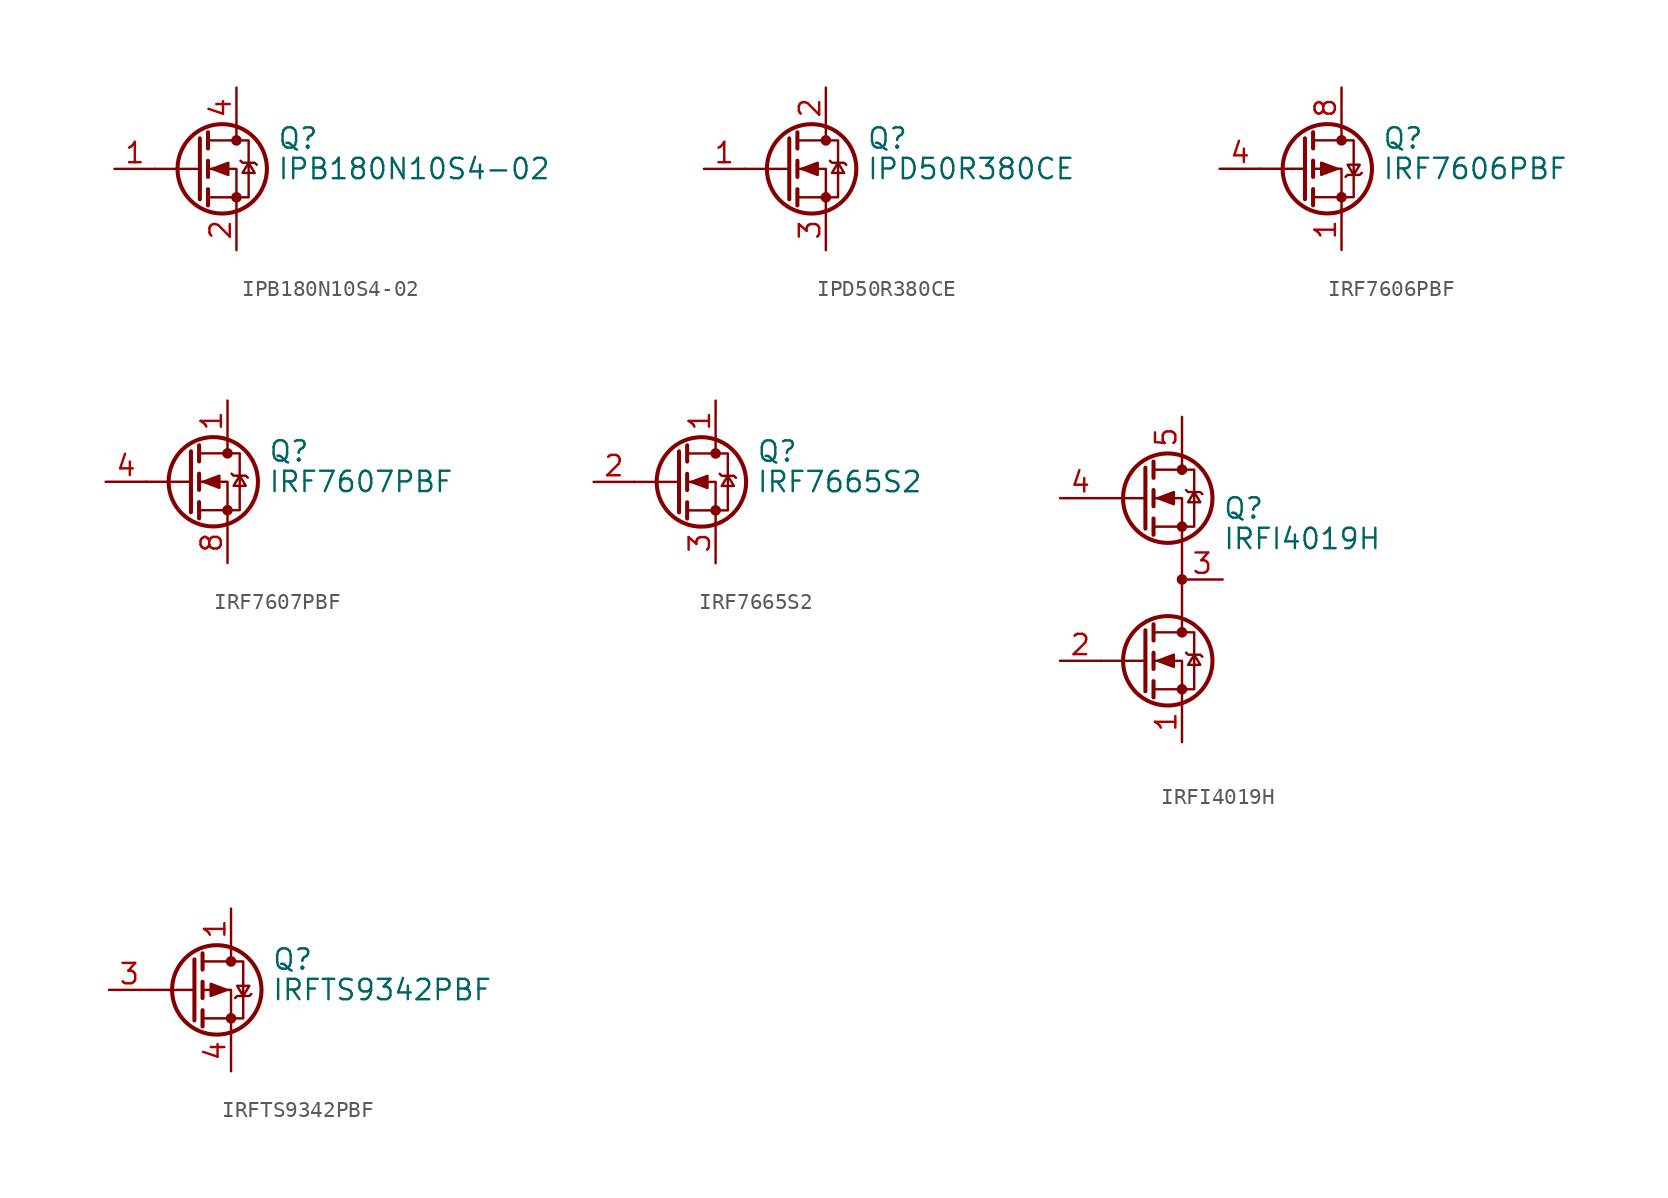
<source format=kicad_sym>
(kicad_symbol_lib
  (version 20211014)
  (generator kicad_symbol_editor)
  (symbol "IPB180N10S4-02"
    (pin_names hide)
    (property "Reference" "Q"
      (at 5.08 1.905 0)
      (effects (font (size 1.27 1.27)) (justify left)))
    (property "Value" "IPB180N10S4-02"
      (at 5.08 0 0)
      (effects (font (size 1.27 1.27)) (justify left)))
    (symbol "IPB180N10S4-02_0_1"
      (polyline (pts (xy 0.254 0) (xy -2.54 0)) (stroke (width 0) (type default) (color 0 0 0 0)) (fill (type none)))
      (polyline (pts (xy 0.254 1.905) (xy 0.254 -1.905)) (stroke (width 0.254) (type default) (color 0 0 0 0)) (fill (type none)))
      (polyline (pts (xy 0.762 -1.27) (xy 0.762 -2.286)) (stroke (width 0.254) (type default) (color 0 0 0 0)) (fill (type none)))
      (polyline (pts (xy 0.762 0.508) (xy 0.762 -0.508)) (stroke (width 0.254) (type default) (color 0 0 0 0)) (fill (type none)))
      (polyline (pts (xy 0.762 2.286) (xy 0.762 1.27)) (stroke (width 0.254) (type default) (color 0 0 0 0)) (fill (type none)))
      (polyline (pts (xy 2.54 2.54) (xy 2.54 1.778)) (stroke (width 0) (type default) (color 0 0 0 0)) (fill (type none)))
      (polyline (pts (xy 2.54 -2.54) (xy 2.54 0) (xy 0.762 0)) (stroke (width 0) (type default) (color 0 0 0 0)) (fill (type none)))
      (polyline (pts (xy 0.762 -1.778) (xy 3.302 -1.778) (xy 3.302 1.778) (xy 0.762 1.778)) (stroke (width 0) (type default) (color 0 0 0 0)) (fill (type none)))
      (polyline (pts (xy 1.016 0) (xy 2.032 0.381) (xy 2.032 -0.381) (xy 1.016 0)) (stroke (width 0) (type default) (color 0 0 0 0)) (fill (type outline)))
      (polyline (pts (xy 2.794 0.508) (xy 2.921 0.381) (xy 3.683 0.381) (xy 3.81 0.254)) (stroke (width 0) (type default) (color 0 0 0 0)) (fill (type none)))
      (polyline (pts (xy 3.302 0.381) (xy 2.921 -0.254) (xy 3.683 -0.254) (xy 3.302 0.381)) (stroke (width 0) (type default) (color 0 0 0 0)) (fill (type none)))
      (circle (center 1.651 0) (radius 2.794) (stroke (width 0.254) (type default) (color 0 0 0 0)) (fill (type none)))
      (circle (center 2.54 -1.778) (radius 0.254) (stroke (width 0) (type default) (color 0 0 0 0)) (fill (type outline)))
      (circle (center 2.54 1.778) (radius 0.254) (stroke (width 0) (type default) (color 0 0 0 0)) (fill (type outline))))
    (symbol "IPB180N10S4-02_1_1"
      (pin passive line (at -5.08 0 0) (length 2.54) (name "G" (effects (font (size 1.27 1.27)))) (number "1" (effects (font (size 1.27 1.27)))))
      (pin passive line (at 2.54 -5.08 90) (length 2.54) (name "S" (effects (font (size 1.27 1.27)))) (number "2" (effects (font (size 1.27 1.27)))))
      (pin passive line (at 2.54 -5.08 90) (length 2.54) hide (name "S" (effects (font (size 1.27 1.27)))) (number "3" (effects (font (size 1.27 1.27)))))
      (pin passive line (at 2.54 5.08 270) (length 2.54) (name "D" (effects (font (size 1.27 1.27)))) (number "4" (effects (font (size 1.27 1.27)))))
      (pin passive line (at 2.54 -5.08 90) (length 2.54) hide (name "S" (effects (font (size 1.27 1.27)))) (number "5" (effects (font (size 1.27 1.27)))))
      (pin passive line (at 2.54 -5.08 90) (length 2.54) hide (name "S" (effects (font (size 1.27 1.27)))) (number "6" (effects (font (size 1.27 1.27)))))
      (pin passive line (at 2.54 -5.08 90) (length 2.54) hide (name "S" (effects (font (size 1.27 1.27)))) (number "7" (effects (font (size 1.27 1.27)))))))
  (symbol "IPD50R380CE"
    (pin_names hide)
    (property "Reference" "Q"
      (at 5.08 1.905 0)
      (effects (font (size 1.27 1.27)) (justify left)))
    (property "Value" "IPD50R380CE"
      (at 5.08 0 0)
      (effects (font (size 1.27 1.27)) (justify left)))
    (symbol "IPD50R380CE_0_1"
      (polyline (pts (xy 0.254 0) (xy -2.54 0)) (stroke (width 0) (type default) (color 0 0 0 0)) (fill (type none)))
      (polyline (pts (xy 0.254 1.905) (xy 0.254 -1.905)) (stroke (width 0.254) (type default) (color 0 0 0 0)) (fill (type none)))
      (polyline (pts (xy 0.762 -1.27) (xy 0.762 -2.286)) (stroke (width 0.254) (type default) (color 0 0 0 0)) (fill (type none)))
      (polyline (pts (xy 0.762 0.508) (xy 0.762 -0.508)) (stroke (width 0.254) (type default) (color 0 0 0 0)) (fill (type none)))
      (polyline (pts (xy 0.762 2.286) (xy 0.762 1.27)) (stroke (width 0.254) (type default) (color 0 0 0 0)) (fill (type none)))
      (polyline (pts (xy 2.54 2.54) (xy 2.54 1.778)) (stroke (width 0) (type default) (color 0 0 0 0)) (fill (type none)))
      (polyline (pts (xy 2.54 -2.54) (xy 2.54 0) (xy 0.762 0)) (stroke (width 0) (type default) (color 0 0 0 0)) (fill (type none)))
      (polyline (pts (xy 0.762 -1.778) (xy 3.302 -1.778) (xy 3.302 1.778) (xy 0.762 1.778)) (stroke (width 0) (type default) (color 0 0 0 0)) (fill (type none)))
      (polyline (pts (xy 1.016 0) (xy 2.032 0.381) (xy 2.032 -0.381) (xy 1.016 0)) (stroke (width 0) (type default) (color 0 0 0 0)) (fill (type outline)))
      (polyline (pts (xy 2.794 0.508) (xy 2.921 0.381) (xy 3.683 0.381) (xy 3.81 0.254)) (stroke (width 0) (type default) (color 0 0 0 0)) (fill (type none)))
      (polyline (pts (xy 3.302 0.381) (xy 2.921 -0.254) (xy 3.683 -0.254) (xy 3.302 0.381)) (stroke (width 0) (type default) (color 0 0 0 0)) (fill (type none)))
      (circle (center 1.651 0) (radius 2.794) (stroke (width 0.254) (type default) (color 0 0 0 0)) (fill (type none)))
      (circle (center 2.54 -1.778) (radius 0.254) (stroke (width 0) (type default) (color 0 0 0 0)) (fill (type outline)))
      (circle (center 2.54 1.778) (radius 0.254) (stroke (width 0) (type default) (color 0 0 0 0)) (fill (type outline))))
    (symbol "IPD50R380CE_1_1"
      (pin input line (at -5.08 0 0) (length 2.54) (name "G" (effects (font (size 1.27 1.27)))) (number "1" (effects (font (size 1.27 1.27)))))
      (pin passive line (at 2.54 5.08 270) (length 2.54) (name "D" (effects (font (size 1.27 1.27)))) (number "2" (effects (font (size 1.27 1.27)))))
      (pin passive line (at 2.54 -5.08 90) (length 2.54) (name "S" (effects (font (size 1.27 1.27)))) (number "3" (effects (font (size 1.27 1.27)))))))
  (symbol "IRF7606PBF"
    (pin_names hide)
    (property "Reference" "Q"
      (at 5.08 1.905 0)
      (effects (font (size 1.27 1.27)) (justify left)))
    (property "Value" "IRF7606PBF"
      (at 5.08 0 0)
      (effects (font (size 1.27 1.27)) (justify left)))
    (symbol "IRF7606PBF_0_1"
      (polyline (pts (xy 0.254 0) (xy -2.54 0)) (stroke (width 0) (type default) (color 0 0 0 0)) (fill (type none)))
      (polyline (pts (xy 0.254 1.905) (xy 0.254 -1.905)) (stroke (width 0.254) (type default) (color 0 0 0 0)) (fill (type none)))
      (polyline (pts (xy 0.762 -1.27) (xy 0.762 -2.286)) (stroke (width 0.254) (type default) (color 0 0 0 0)) (fill (type none)))
      (polyline (pts (xy 0.762 0.508) (xy 0.762 -0.508)) (stroke (width 0.254) (type default) (color 0 0 0 0)) (fill (type none)))
      (polyline (pts (xy 0.762 2.286) (xy 0.762 1.27)) (stroke (width 0.254) (type default) (color 0 0 0 0)) (fill (type none)))
      (polyline (pts (xy 2.54 2.54) (xy 2.54 1.778)) (stroke (width 0) (type default) (color 0 0 0 0)) (fill (type none)))
      (polyline (pts (xy 2.54 -2.54) (xy 2.54 0) (xy 0.762 0)) (stroke (width 0) (type default) (color 0 0 0 0)) (fill (type none)))
      (polyline (pts (xy 0.762 1.778) (xy 3.302 1.778) (xy 3.302 -1.778) (xy 0.762 -1.778)) (stroke (width 0) (type default) (color 0 0 0 0)) (fill (type none)))
      (polyline (pts (xy 2.286 0) (xy 1.27 0.381) (xy 1.27 -0.381) (xy 2.286 0)) (stroke (width 0) (type default) (color 0 0 0 0)) (fill (type outline)))
      (polyline (pts (xy 2.794 -0.508) (xy 2.921 -0.381) (xy 3.683 -0.381) (xy 3.81 -0.254)) (stroke (width 0) (type default) (color 0 0 0 0)) (fill (type none)))
      (polyline (pts (xy 3.302 -0.381) (xy 2.921 0.254) (xy 3.683 0.254) (xy 3.302 -0.381)) (stroke (width 0) (type default) (color 0 0 0 0)) (fill (type none)))
      (circle (center 1.651 0) (radius 2.794) (stroke (width 0.254) (type default) (color 0 0 0 0)) (fill (type none)))
      (circle (center 2.54 -1.778) (radius 0.254) (stroke (width 0) (type default) (color 0 0 0 0)) (fill (type outline)))
      (circle (center 2.54 1.778) (radius 0.254) (stroke (width 0) (type default) (color 0 0 0 0)) (fill (type outline))))
    (symbol "IRF7606PBF_1_1"
      (pin passive line (at 2.54 -5.08 90) (length 2.54) (name "S" (effects (font (size 1.27 1.27)))) (number "1" (effects (font (size 1.27 1.27)))))
      (pin passive line (at 2.54 -5.08 90) (length 2.54) hide (name "S" (effects (font (size 1.27 1.27)))) (number "2" (effects (font (size 1.27 1.27)))))
      (pin passive line (at 2.54 -5.08 90) (length 2.54) hide (name "S" (effects (font (size 1.27 1.27)))) (number "3" (effects (font (size 1.27 1.27)))))
      (pin passive line (at -5.08 0 0) (length 2.54) (name "G" (effects (font (size 1.27 1.27)))) (number "4" (effects (font (size 1.27 1.27)))))
      (pin passive line (at 2.54 5.08 270) (length 2.54) hide (name "D" (effects (font (size 1.27 1.27)))) (number "5" (effects (font (size 1.27 1.27)))))
      (pin passive line (at 2.54 5.08 270) (length 2.54) hide (name "D" (effects (font (size 1.27 1.27)))) (number "6" (effects (font (size 1.27 1.27)))))
      (pin passive line (at 2.54 5.08 270) (length 2.54) hide (name "D" (effects (font (size 1.27 1.27)))) (number "7" (effects (font (size 1.27 1.27)))))
      (pin passive line (at 2.54 5.08 270) (length 2.54) (name "D" (effects (font (size 1.27 1.27)))) (number "8" (effects (font (size 1.27 1.27)))))))
  (symbol "IRF7607PBF"
    (pin_names hide)
    (property "Reference" "Q"
      (at 5.08 1.905 0)
      (effects (font (size 1.27 1.27)) (justify left)))
    (property "Value" "IRF7607PBF"
      (at 5.08 0 0)
      (effects (font (size 1.27 1.27)) (justify left)))
    (symbol "IRF7607PBF_0_1"
      (polyline (pts (xy 0.254 0) (xy -2.54 0)) (stroke (width 0) (type default) (color 0 0 0 0)) (fill (type none)))
      (polyline (pts (xy 0.254 1.905) (xy 0.254 -1.905)) (stroke (width 0.254) (type default) (color 0 0 0 0)) (fill (type none)))
      (polyline (pts (xy 0.762 -1.27) (xy 0.762 -2.286)) (stroke (width 0.254) (type default) (color 0 0 0 0)) (fill (type none)))
      (polyline (pts (xy 0.762 0.508) (xy 0.762 -0.508)) (stroke (width 0.254) (type default) (color 0 0 0 0)) (fill (type none)))
      (polyline (pts (xy 0.762 2.286) (xy 0.762 1.27)) (stroke (width 0.254) (type default) (color 0 0 0 0)) (fill (type none)))
      (polyline (pts (xy 2.54 2.54) (xy 2.54 1.778)) (stroke (width 0) (type default) (color 0 0 0 0)) (fill (type none)))
      (polyline (pts (xy 2.54 -2.54) (xy 2.54 0) (xy 0.762 0)) (stroke (width 0) (type default) (color 0 0 0 0)) (fill (type none)))
      (polyline (pts (xy 0.762 -1.778) (xy 3.302 -1.778) (xy 3.302 1.778) (xy 0.762 1.778)) (stroke (width 0) (type default) (color 0 0 0 0)) (fill (type none)))
      (polyline (pts (xy 1.016 0) (xy 2.032 0.381) (xy 2.032 -0.381) (xy 1.016 0)) (stroke (width 0) (type default) (color 0 0 0 0)) (fill (type outline)))
      (polyline (pts (xy 2.794 0.508) (xy 2.921 0.381) (xy 3.683 0.381) (xy 3.81 0.254)) (stroke (width 0) (type default) (color 0 0 0 0)) (fill (type none)))
      (polyline (pts (xy 3.302 0.381) (xy 2.921 -0.254) (xy 3.683 -0.254) (xy 3.302 0.381)) (stroke (width 0) (type default) (color 0 0 0 0)) (fill (type none)))
      (circle (center 1.651 0) (radius 2.794) (stroke (width 0.254) (type default) (color 0 0 0 0)) (fill (type none)))
      (circle (center 2.54 -1.778) (radius 0.254) (stroke (width 0) (type default) (color 0 0 0 0)) (fill (type outline)))
      (circle (center 2.54 1.778) (radius 0.254) (stroke (width 0) (type default) (color 0 0 0 0)) (fill (type outline))))
    (symbol "IRF7607PBF_1_1"
      (pin passive line (at 2.54 5.08 270) (length 2.54) (name "S" (effects (font (size 1.27 1.27)))) (number "1" (effects (font (size 1.27 1.27)))))
      (pin passive line (at 2.54 5.08 270) (length 2.54) hide (name "S" (effects (font (size 1.27 1.27)))) (number "2" (effects (font (size 1.27 1.27)))))
      (pin passive line (at 2.54 5.08 270) (length 2.54) hide (name "S" (effects (font (size 1.27 1.27)))) (number "3" (effects (font (size 1.27 1.27)))))
      (pin passive line (at -5.08 0 0) (length 2.54) (name "G" (effects (font (size 1.27 1.27)))) (number "4" (effects (font (size 1.27 1.27)))))
      (pin passive line (at 2.54 -5.08 90) (length 2.54) hide (name "D" (effects (font (size 1.27 1.27)))) (number "5" (effects (font (size 1.27 1.27)))))
      (pin passive line (at 2.54 -5.08 90) (length 2.54) hide (name "D" (effects (font (size 1.27 1.27)))) (number "6" (effects (font (size 1.27 1.27)))))
      (pin passive line (at 2.54 -5.08 90) (length 2.54) hide (name "D" (effects (font (size 1.27 1.27)))) (number "7" (effects (font (size 1.27 1.27)))))
      (pin passive line (at 2.54 -5.08 90) (length 2.54) (name "D" (effects (font (size 1.27 1.27)))) (number "8" (effects (font (size 1.27 1.27)))))))
  (symbol "IRF7665S2"
    (pin_names hide)
    (property "Reference" "Q"
      (at 5.08 1.905 0)
      (effects (font (size 1.27 1.27)) (justify left)))
    (property "Value" "IRF7665S2"
      (at 5.08 0 0)
      (effects (font (size 1.27 1.27)) (justify left)))
    (symbol "IRF7665S2_0_1"
      (polyline (pts (xy 0.254 0) (xy -2.54 0)) (stroke (width 0) (type default) (color 0 0 0 0)) (fill (type none)))
      (polyline (pts (xy 0.254 1.905) (xy 0.254 -1.905)) (stroke (width 0.254) (type default) (color 0 0 0 0)) (fill (type none)))
      (polyline (pts (xy 0.762 -1.27) (xy 0.762 -2.286)) (stroke (width 0.254) (type default) (color 0 0 0 0)) (fill (type none)))
      (polyline (pts (xy 0.762 0.508) (xy 0.762 -0.508)) (stroke (width 0.254) (type default) (color 0 0 0 0)) (fill (type none)))
      (polyline (pts (xy 0.762 2.286) (xy 0.762 1.27)) (stroke (width 0.254) (type default) (color 0 0 0 0)) (fill (type none)))
      (polyline (pts (xy 2.54 2.54) (xy 2.54 1.778)) (stroke (width 0) (type default) (color 0 0 0 0)) (fill (type none)))
      (polyline (pts (xy 2.54 -2.54) (xy 2.54 0) (xy 0.762 0)) (stroke (width 0) (type default) (color 0 0 0 0)) (fill (type none)))
      (polyline (pts (xy 0.762 -1.778) (xy 3.302 -1.778) (xy 3.302 1.778) (xy 0.762 1.778)) (stroke (width 0) (type default) (color 0 0 0 0)) (fill (type none)))
      (polyline (pts (xy 1.016 0) (xy 2.032 0.381) (xy 2.032 -0.381) (xy 1.016 0)) (stroke (width 0) (type default) (color 0 0 0 0)) (fill (type outline)))
      (polyline (pts (xy 2.794 0.508) (xy 2.921 0.381) (xy 3.683 0.381) (xy 3.81 0.254)) (stroke (width 0) (type default) (color 0 0 0 0)) (fill (type none)))
      (polyline (pts (xy 3.302 0.381) (xy 2.921 -0.254) (xy 3.683 -0.254) (xy 3.302 0.381)) (stroke (width 0) (type default) (color 0 0 0 0)) (fill (type none)))
      (circle (center 1.651 0) (radius 2.794) (stroke (width 0.254) (type default) (color 0 0 0 0)) (fill (type none)))
      (circle (center 2.54 -1.778) (radius 0.254) (stroke (width 0) (type default) (color 0 0 0 0)) (fill (type outline)))
      (circle (center 2.54 1.778) (radius 0.254) (stroke (width 0) (type default) (color 0 0 0 0)) (fill (type outline))))
    (symbol "IRF7665S2_1_1"
      (pin passive line (at 2.54 5.08 270) (length 2.54) (name "D" (effects (font (size 1.27 1.27)))) (number "1" (effects (font (size 1.27 1.27)))))
      (pin input line (at -5.08 0 0) (length 2.54) (name "G" (effects (font (size 1.27 1.27)))) (number "2" (effects (font (size 1.27 1.27)))))
      (pin passive line (at 2.54 -5.08 90) (length 2.54) (name "S" (effects (font (size 1.27 1.27)))) (number "3" (effects (font (size 1.27 1.27)))))))
  (symbol "IRFI4019H"
    (pin_names hide)
    (property "Reference" "Q"
      (at 5.08 4.445 0)
      (effects (font (size 1.27 1.27)) (justify left)))
    (property "Value" "IRFI4019H"
      (at 5.08 2.54 0)
      (effects (font (size 1.27 1.27)) (justify left)))
    (symbol "IRFI4019H_0_1"
      (polyline (pts (xy 0.254 -5.08) (xy -2.54 -5.08)) (stroke (width 0) (type default) (color 0 0 0 0)) (fill (type none)))
      (polyline (pts (xy 0.254 -3.175) (xy 0.254 -6.985)) (stroke (width 0.254) (type default) (color 0 0 0 0)) (fill (type none)))
      (polyline (pts (xy 0.254 5.08) (xy -2.54 5.08)) (stroke (width 0) (type default) (color 0 0 0 0)) (fill (type none)))
      (polyline (pts (xy 0.254 6.985) (xy 0.254 3.175)) (stroke (width 0.254) (type default) (color 0 0 0 0)) (fill (type none)))
      (polyline (pts (xy 0.762 -6.35) (xy 0.762 -7.366)) (stroke (width 0.254) (type default) (color 0 0 0 0)) (fill (type none)))
      (polyline (pts (xy 0.762 -4.572) (xy 0.762 -5.588)) (stroke (width 0.254) (type default) (color 0 0 0 0)) (fill (type none)))
      (polyline (pts (xy 0.762 -2.794) (xy 0.762 -3.81)) (stroke (width 0.254) (type default) (color 0 0 0 0)) (fill (type none)))
      (polyline (pts (xy 0.762 3.81) (xy 0.762 2.794)) (stroke (width 0.254) (type default) (color 0 0 0 0)) (fill (type none)))
      (polyline (pts (xy 0.762 5.588) (xy 0.762 4.572)) (stroke (width 0.254) (type default) (color 0 0 0 0)) (fill (type none)))
      (polyline (pts (xy 0.762 7.366) (xy 0.762 6.35)) (stroke (width 0.254) (type default) (color 0 0 0 0)) (fill (type none)))
      (polyline (pts (xy 2.54 7.62) (xy 2.54 6.858)) (stroke (width 0) (type default) (color 0 0 0 0)) (fill (type none)))
      (polyline (pts (xy 2.54 -7.62) (xy 2.54 -5.08) (xy 0.762 -5.08)) (stroke (width 0) (type default) (color 0 0 0 0)) (fill (type none)))
      (polyline (pts (xy 2.54 -3.302) (xy 2.54 5.08) (xy 0.762 5.08)) (stroke (width 0) (type default) (color 0 0 0 0)) (fill (type none)))
      (polyline (pts (xy 0.762 -6.858) (xy 3.302 -6.858) (xy 3.302 -3.302) (xy 0.762 -3.302)) (stroke (width 0) (type default) (color 0 0 0 0)) (fill (type none)))
      (polyline (pts (xy 0.762 3.302) (xy 3.302 3.302) (xy 3.302 6.858) (xy 0.762 6.858)) (stroke (width 0) (type default) (color 0 0 0 0)) (fill (type none)))
      (polyline (pts (xy 1.016 -5.08) (xy 2.032 -4.699) (xy 2.032 -5.461) (xy 1.016 -5.08)) (stroke (width 0) (type default) (color 0 0 0 0)) (fill (type outline)))
      (polyline (pts (xy 1.016 5.08) (xy 2.032 5.461) (xy 2.032 4.699) (xy 1.016 5.08)) (stroke (width 0) (type default) (color 0 0 0 0)) (fill (type outline)))
      (polyline (pts (xy 2.794 -4.572) (xy 2.921 -4.699) (xy 3.683 -4.699) (xy 3.81 -4.826)) (stroke (width 0) (type default) (color 0 0 0 0)) (fill (type none)))
      (polyline (pts (xy 2.794 5.588) (xy 2.921 5.461) (xy 3.683 5.461) (xy 3.81 5.334)) (stroke (width 0) (type default) (color 0 0 0 0)) (fill (type none)))
      (polyline (pts (xy 3.302 -4.699) (xy 2.921 -5.334) (xy 3.683 -5.334) (xy 3.302 -4.699)) (stroke (width 0) (type default) (color 0 0 0 0)) (fill (type none)))
      (polyline (pts (xy 3.302 5.461) (xy 2.921 4.826) (xy 3.683 4.826) (xy 3.302 5.461)) (stroke (width 0) (type default) (color 0 0 0 0)) (fill (type none)))
      (circle (center 1.651 -5.08) (radius 2.794) (stroke (width 0.254) (type default) (color 0 0 0 0)) (fill (type none)))
      (circle (center 1.651 5.08) (radius 2.794) (stroke (width 0.254) (type default) (color 0 0 0 0)) (fill (type none)))
      (circle (center 2.54 -6.858) (radius 0.254) (stroke (width 0) (type default) (color 0 0 0 0)) (fill (type outline)))
      (circle (center 2.54 -3.302) (radius 0.254) (stroke (width 0) (type default) (color 0 0 0 0)) (fill (type outline)))
      (circle (center 2.54 0) (radius 0.254) (stroke (width 0) (type default) (color 0 0 0 0)) (fill (type outline)))
      (circle (center 2.54 3.302) (radius 0.254) (stroke (width 0) (type default) (color 0 0 0 0)) (fill (type outline)))
      (circle (center 2.54 6.858) (radius 0.254) (stroke (width 0) (type default) (color 0 0 0 0)) (fill (type outline))))
    (symbol "IRFI4019H_1_1"
      (pin passive line (at 2.54 -10.16 90) (length 2.54) (name "S2" (effects (font (size 1.27 1.27)))) (number "1" (effects (font (size 1.27 1.27)))))
      (pin input line (at -5.08 -5.08 0) (length 2.54) (name "G2" (effects (font (size 1.27 1.27)))) (number "2" (effects (font (size 1.27 1.27)))))
      (pin passive line (at 5.08 0 180) (length 2.54) (name "S1/D2" (effects (font (size 1.27 1.27)))) (number "3" (effects (font (size 1.27 1.27)))))
      (pin input line (at -5.08 5.08 0) (length 2.54) (name "G1" (effects (font (size 1.27 1.27)))) (number "4" (effects (font (size 1.27 1.27)))))
      (pin passive line (at 2.54 10.16 270) (length 2.54) (name "D1" (effects (font (size 1.27 1.27)))) (number "5" (effects (font (size 1.27 1.27)))))))
  (symbol "IRFTS9342PBF"
    (pin_names hide)
    (property "Reference" "Q"
      (at 5.08 1.905 0)
      (effects (font (size 1.27 1.27)) (justify left)))
    (property "Value" "IRFTS9342PBF"
      (at 5.08 0 0)
      (effects (font (size 1.27 1.27)) (justify left)))
    (symbol "IRFTS9342PBF_0_1"
      (polyline (pts (xy 0.254 0) (xy -2.54 0)) (stroke (width 0) (type default) (color 0 0 0 0)) (fill (type none)))
      (polyline (pts (xy 0.254 1.905) (xy 0.254 -1.905)) (stroke (width 0.254) (type default) (color 0 0 0 0)) (fill (type none)))
      (polyline (pts (xy 0.762 -1.27) (xy 0.762 -2.286)) (stroke (width 0.254) (type default) (color 0 0 0 0)) (fill (type none)))
      (polyline (pts (xy 0.762 0.508) (xy 0.762 -0.508)) (stroke (width 0.254) (type default) (color 0 0 0 0)) (fill (type none)))
      (polyline (pts (xy 0.762 2.286) (xy 0.762 1.27)) (stroke (width 0.254) (type default) (color 0 0 0 0)) (fill (type none)))
      (polyline (pts (xy 2.54 2.54) (xy 2.54 1.778)) (stroke (width 0) (type default) (color 0 0 0 0)) (fill (type none)))
      (polyline (pts (xy 2.54 -2.54) (xy 2.54 0) (xy 0.762 0)) (stroke (width 0) (type default) (color 0 0 0 0)) (fill (type none)))
      (polyline (pts (xy 0.762 1.778) (xy 3.302 1.778) (xy 3.302 -1.778) (xy 0.762 -1.778)) (stroke (width 0) (type default) (color 0 0 0 0)) (fill (type none)))
      (polyline (pts (xy 2.286 0) (xy 1.27 0.381) (xy 1.27 -0.381) (xy 2.286 0)) (stroke (width 0) (type default) (color 0 0 0 0)) (fill (type outline)))
      (polyline (pts (xy 2.794 -0.508) (xy 2.921 -0.381) (xy 3.683 -0.381) (xy 3.81 -0.254)) (stroke (width 0) (type default) (color 0 0 0 0)) (fill (type none)))
      (polyline (pts (xy 3.302 -0.381) (xy 2.921 0.254) (xy 3.683 0.254) (xy 3.302 -0.381)) (stroke (width 0) (type default) (color 0 0 0 0)) (fill (type none)))
      (circle (center 1.651 0) (radius 2.794) (stroke (width 0.254) (type default) (color 0 0 0 0)) (fill (type none)))
      (circle (center 2.54 -1.778) (radius 0.254) (stroke (width 0) (type default) (color 0 0 0 0)) (fill (type outline)))
      (circle (center 2.54 1.778) (radius 0.254) (stroke (width 0) (type default) (color 0 0 0 0)) (fill (type outline))))
    (symbol "IRFTS9342PBF_1_1"
      (pin passive line (at 2.54 5.08 270) (length 2.54) (name "D" (effects (font (size 1.27 1.27)))) (number "1" (effects (font (size 1.27 1.27)))))
      (pin passive line (at 2.54 5.08 270) (length 2.54) hide (name "D" (effects (font (size 1.27 1.27)))) (number "2" (effects (font (size 1.27 1.27)))))
      (pin input line (at -5.08 0 0) (length 2.54) (name "G" (effects (font (size 1.27 1.27)))) (number "3" (effects (font (size 1.27 1.27)))))
      (pin passive line (at 2.54 -5.08 90) (length 2.54) (name "S" (effects (font (size 1.27 1.27)))) (number "4" (effects (font (size 1.27 1.27)))))
      (pin passive line (at 2.54 5.08 270) (length 2.54) hide (name "D" (effects (font (size 1.27 1.27)))) (number "5" (effects (font (size 1.27 1.27)))))
      (pin passive line (at 2.54 5.08 270) (length 2.54) hide (name "D" (effects (font (size 1.27 1.27)))) (number "6" (effects (font (size 1.27 1.27))))))))
</source>
